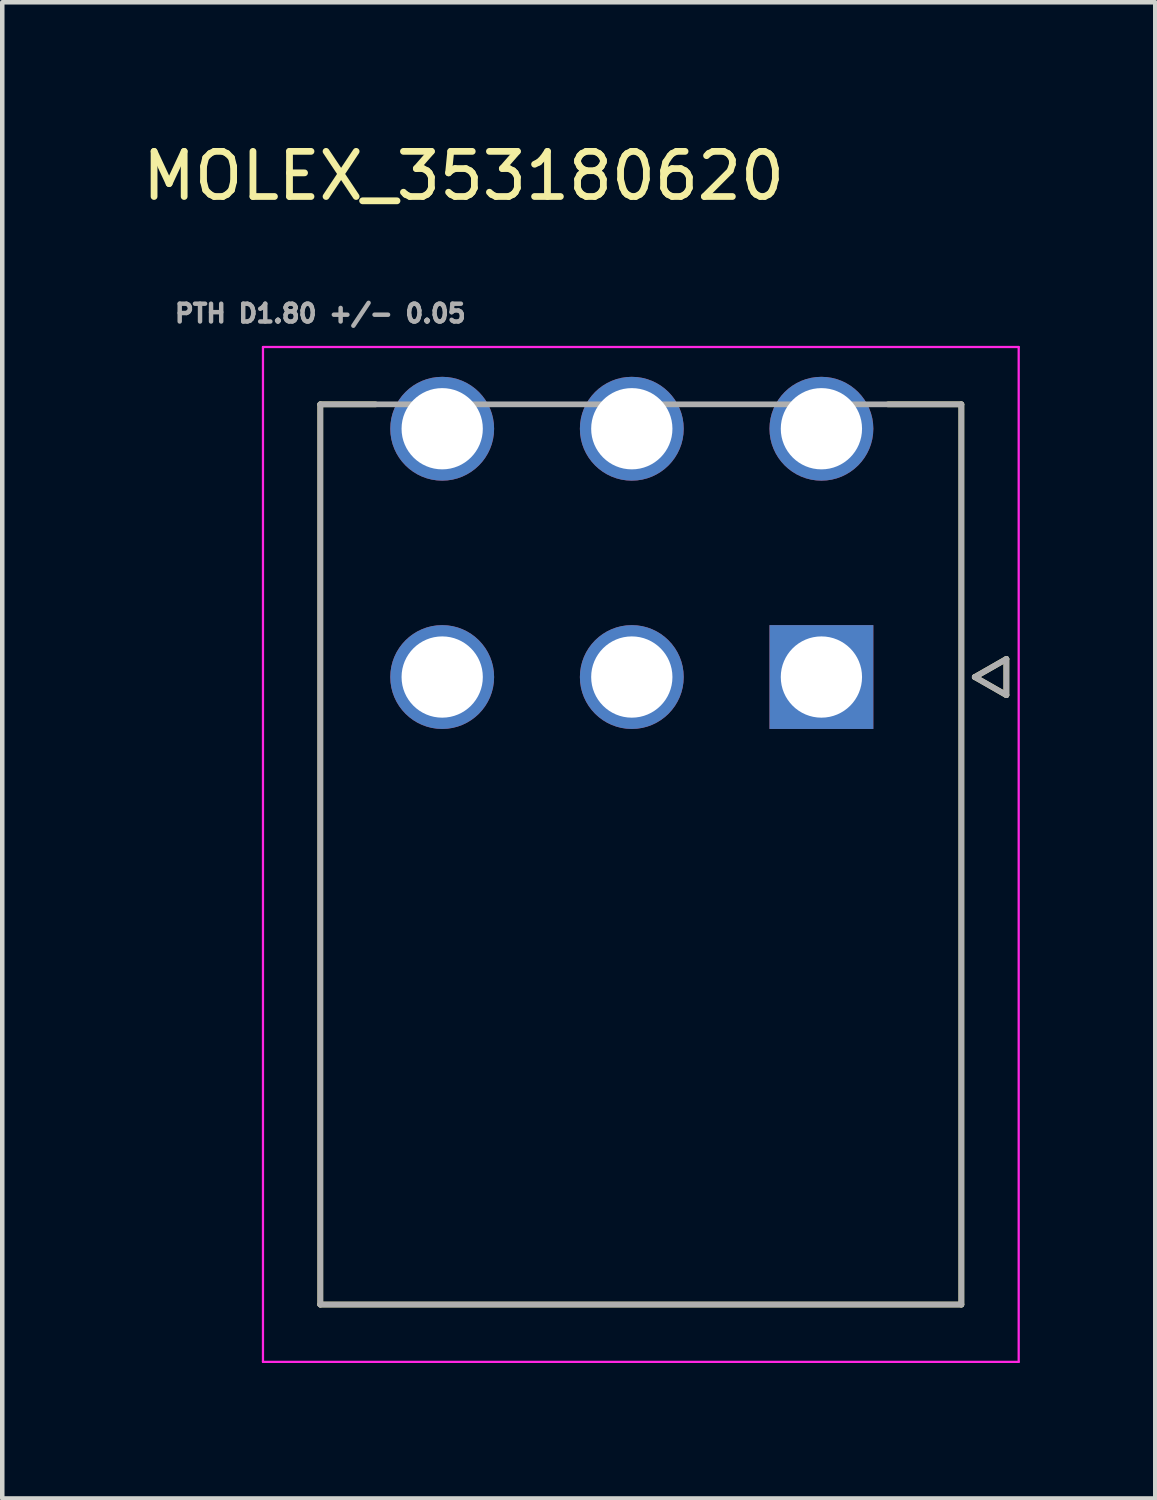
<source format=kicad_pcb>
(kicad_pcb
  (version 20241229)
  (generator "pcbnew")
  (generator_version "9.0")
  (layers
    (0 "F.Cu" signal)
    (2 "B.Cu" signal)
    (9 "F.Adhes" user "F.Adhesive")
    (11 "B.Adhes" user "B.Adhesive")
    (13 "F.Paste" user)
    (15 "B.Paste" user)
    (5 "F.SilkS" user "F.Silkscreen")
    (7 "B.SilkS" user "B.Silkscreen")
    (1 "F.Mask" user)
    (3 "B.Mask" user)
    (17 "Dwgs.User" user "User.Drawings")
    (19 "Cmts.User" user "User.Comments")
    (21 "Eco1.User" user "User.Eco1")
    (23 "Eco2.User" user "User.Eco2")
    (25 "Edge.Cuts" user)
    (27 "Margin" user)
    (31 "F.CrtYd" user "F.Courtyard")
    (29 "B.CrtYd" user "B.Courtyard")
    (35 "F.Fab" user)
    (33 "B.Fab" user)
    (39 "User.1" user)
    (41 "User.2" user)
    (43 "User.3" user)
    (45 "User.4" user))
  (footprint "MOLEX_353180620"
    (layer "F.Cu")
    (at 15.145 11.947)
    (property "Reference" "MOLEX_353180620" (at -7.925 -11.099 0) (layer "F.SilkS") (effects (font (size 1 1) (thickness 0.15))))
    (attr through_hole)
    (fp_circle (center -8.4 -5.5) (end -7.787 -5.5) (stroke (width 1.226) (type solid)) (fill no) (layer "F.Mask"))
    (fp_circle (center -8.4 0) (end -7.787 0) (stroke (width 1.226) (type solid)) (fill no) (layer "F.Mask"))
    (fp_circle (center -4.2 -5.5) (end -3.587 -5.5) (stroke (width 1.226) (type solid)) (fill no) (layer "F.Mask"))
    (fp_circle (center -4.2 0) (end -3.587 0) (stroke (width 1.226) (type solid)) (fill no) (layer "F.Mask"))
    (fp_circle (center 0 -5.5) (end 0.613 -5.5) (stroke (width 1.226) (type solid)) (fill no) (layer "F.Mask"))
    (fp_poly (pts (xy -1.226 -1.226) (xy 1.226 -1.226) (xy 1.226 1.226) (xy -1.226 1.226)) (stroke (width 0.01) (type solid)) (fill yes) (layer "F.Mask"))
    (fp_circle (center -8.4 -5.5) (end -7.787 -5.5) (stroke (width 1.226) (type solid)) (fill no) (layer "B.Mask"))
    (fp_circle (center -8.4 0) (end -7.787 0) (stroke (width 1.226) (type solid)) (fill no) (layer "B.Mask"))
    (fp_circle (center -4.2 -5.5) (end -3.587 -5.5) (stroke (width 1.226) (type solid)) (fill no) (layer "B.Mask"))
    (fp_circle (center -4.2 0) (end -3.587 0) (stroke (width 1.226) (type solid)) (fill no) (layer "B.Mask"))
    (fp_circle (center 0 -5.5) (end 0.613 -5.5) (stroke (width 1.226) (type solid)) (fill no) (layer "B.Mask"))
    (fp_poly (pts (xy -1.226 -1.226) (xy 1.226 -1.226) (xy 1.226 1.226) (xy -1.226 1.226)) (stroke (width 0.01) (type solid)) (fill yes) (layer "B.Mask"))
    (fp_line (start -11.1 -6.04) (end -9.876 -6.04) (stroke (width 0.127) (type solid)) (layer "F.SilkS"))
    (fp_line (start -11.1 13.9) (end -11.1 -6.04) (stroke (width 0.127) (type solid)) (layer "F.SilkS"))
    (fp_line (start 3.1 -6.04) (end 1.476 -6.04) (stroke (width 0.127) (type solid)) (layer "F.SilkS"))
    (fp_line (start 3.1 -6.04) (end 3.1 13.9) (stroke (width 0.127) (type solid)) (layer "F.SilkS"))
    (fp_line (start 3.1 13.9) (end -11.1 13.9) (stroke (width 0.127) (type solid)) (layer "F.SilkS"))
    (fp_line (start 3.397 0) (end 4.097 0.4) (stroke (width 0.127) (type solid)) (layer "F.SilkS"))
    (fp_line (start 4.097 -0.4) (end 3.397 0) (stroke (width 0.127) (type solid)) (layer "F.SilkS"))
    (fp_line (start 4.097 0.4) (end 4.097 -0.4) (stroke (width 0.127) (type solid)) (layer "F.SilkS"))
    (fp_line (start -12.37 -7.31) (end 4.37 -7.31) (stroke (width 0.05) (type solid)) (layer "F.CrtYd"))
    (fp_line (start -12.37 15.17) (end -12.37 -7.31) (stroke (width 0.05) (type solid)) (layer "F.CrtYd"))
    (fp_line (start 4.37 -7.31) (end 4.37 15.17) (stroke (width 0.05) (type solid)) (layer "F.CrtYd"))
    (fp_line (start 4.37 15.17) (end -12.37 15.17) (stroke (width 0.05) (type solid)) (layer "F.CrtYd"))
    (fp_line (start -11.1 -6.04) (end 3.1 -6.04) (stroke (width 0.127) (type solid)) (layer "F.Fab"))
    (fp_line (start -11.1 13.9) (end -11.1 -6.04) (stroke (width 0.127) (type solid)) (layer "F.Fab"))
    (fp_line (start 3.1 -6.04) (end 3.1 13.9) (stroke (width 0.127) (type solid)) (layer "F.Fab"))
    (fp_line (start 3.1 13.9) (end -11.1 13.9) (stroke (width 0.127) (type solid)) (layer "F.Fab"))
    (fp_line (start 3.397 0) (end 4.097 0.4) (stroke (width 0.127) (type solid)) (layer "F.Fab"))
    (fp_line (start 4.097 -0.4) (end 3.397 0) (stroke (width 0.127) (type solid)) (layer "F.Fab"))
    (fp_line (start 4.097 0.4) (end 4.097 -0.4) (stroke (width 0.127) (type solid)) (layer "F.Fab"))
    (fp_text user "PTH D1.80 +/- 0.05" (at -11.1 -8.053 0) (layer "F.Fab") (effects (font (size 0.394 0.394) (thickness 0.15))))
    (pad "1" thru_hole rect (at 0 0) (size 2.3 2.3) (drill 1.8) (layers "*.Cu"))
    (pad "2" thru_hole circle (at -4.2 0) (size 2.3 2.3) (drill 1.8) (layers "*.Cu"))
    (pad "3" thru_hole circle (at -8.4 0) (size 2.3 2.3) (drill 1.8) (layers "*.Cu"))
    (pad "4" thru_hole circle (at 0 -5.5) (size 2.3 2.3) (drill 1.8) (layers "*.Cu"))
    (pad "5" thru_hole circle (at -4.2 -5.5) (size 2.3 2.3) (drill 1.8) (layers "*.Cu"))
    (pad "6" thru_hole circle (at -8.4 -5.5) (size 2.3 2.3) (drill 1.8) (layers "*.Cu")))
  (gr_rect
    (start -3 -3)
    (end 22.54 30.142)
    (stroke (width 0.1) (type default))
    (fill no)
    (layer "Edge.Cuts")))
</source>
